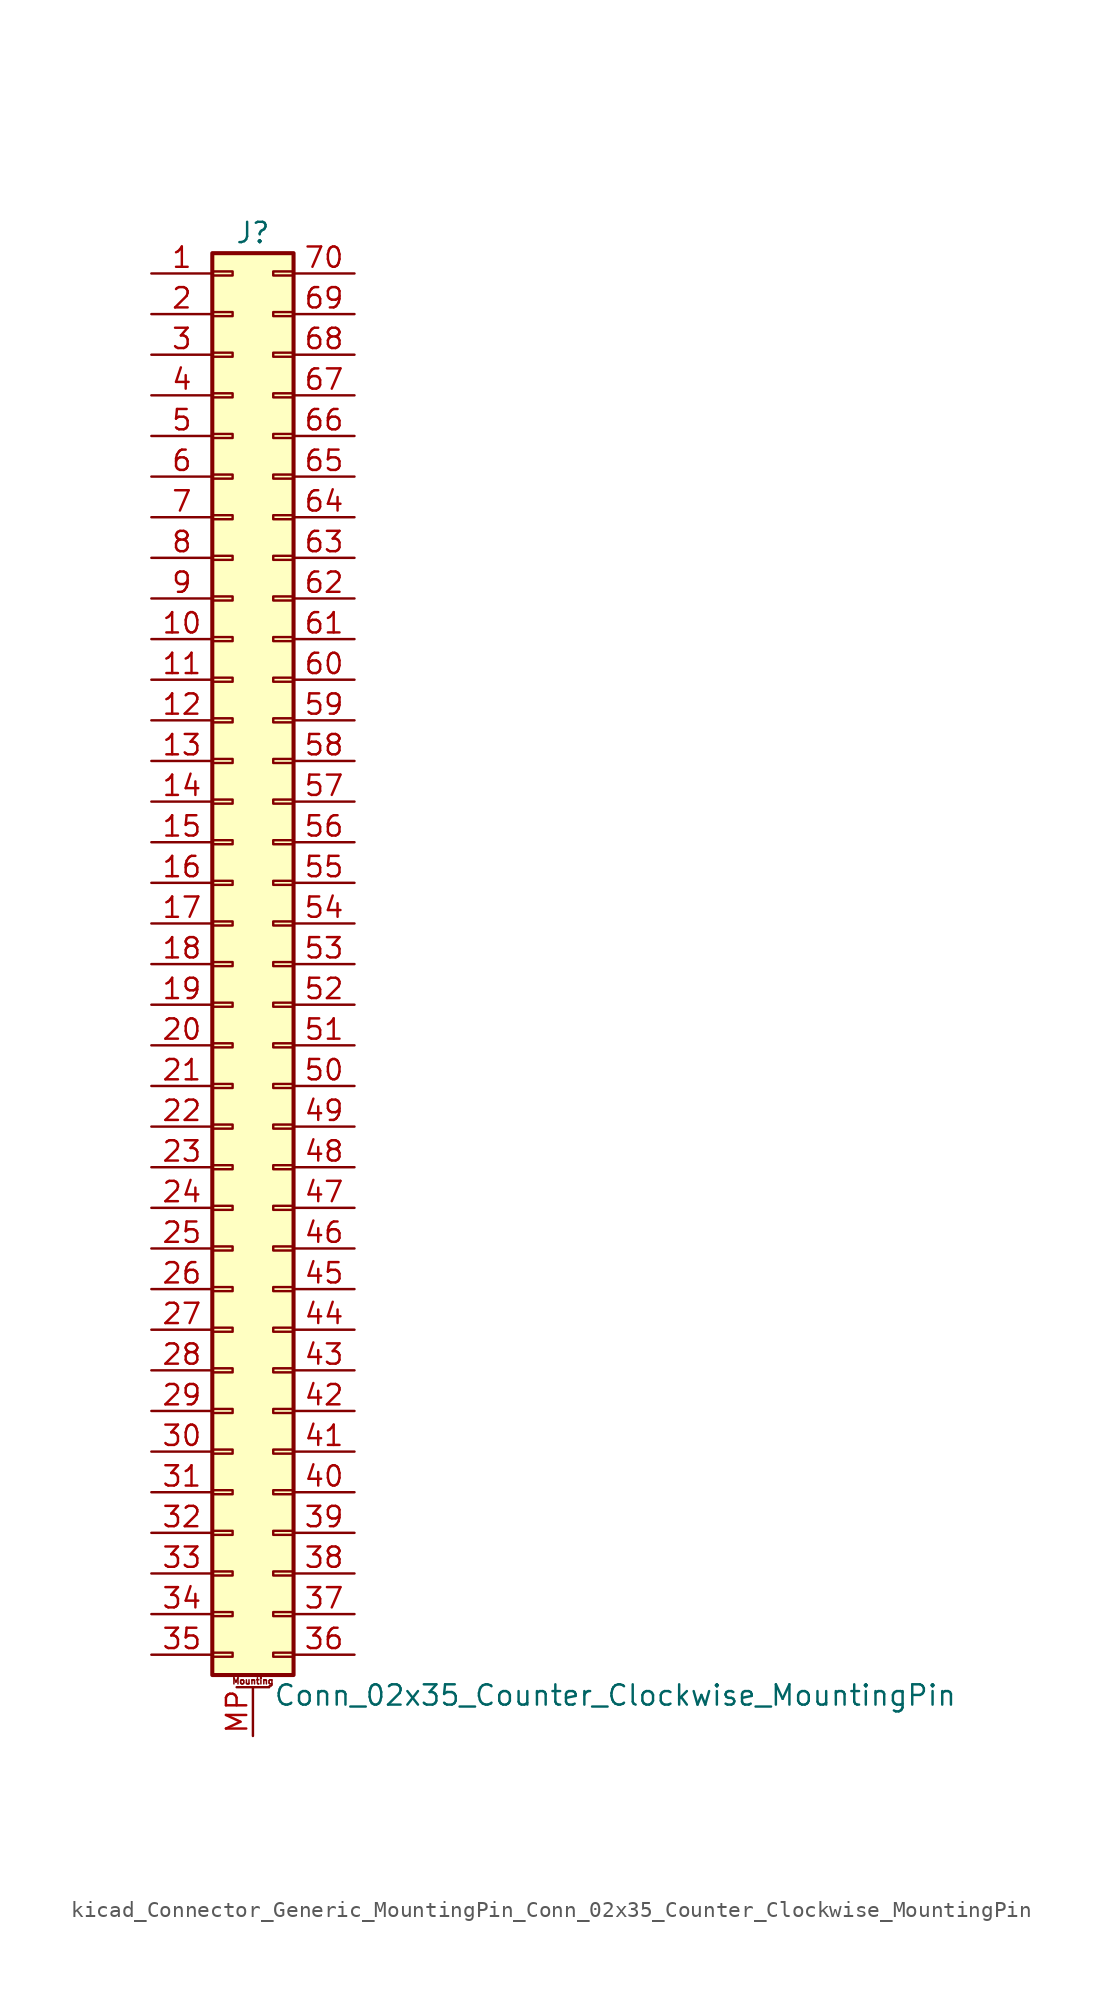
<source format=kicad_sym>
(kicad_symbol_lib
  (version 20220914)
  (generator kicad_symbol_editor)
  (symbol "kicad_Connector_Generic_MountingPin_Conn_02x35_Counter_Clockwise_MountingPin"
    (pin_names
      (offset 1.016) hide)
    (property "Reference" "J"
      (at 1.27 45.72 0)
      (effects (font (size 1.27 1.27))))
    (property "Value" "Conn_02x35_Counter_Clockwise_MountingPin"
      (at 2.54 -45.72 0)
      (effects (font (size 1.27 1.27)) (justify left)))
    (symbol "kicad_Connector_Generic_MountingPin_Conn_02x35_Counter_Clockwise_MountingPin_1_1"
      (rectangle (start -1.27 -43.053) (end 0 -43.307) (stroke (width 0.152) (type default)) (fill (type none)))
      (rectangle (start -1.27 -40.513) (end 0 -40.767) (stroke (width 0.152) (type default)) (fill (type none)))
      (rectangle (start -1.27 -37.973) (end 0 -38.227) (stroke (width 0.152) (type default)) (fill (type none)))
      (rectangle (start -1.27 -35.433) (end 0 -35.687) (stroke (width 0.152) (type default)) (fill (type none)))
      (rectangle (start -1.27 -32.893) (end 0 -33.147) (stroke (width 0.152) (type default)) (fill (type none)))
      (rectangle (start -1.27 -30.353) (end 0 -30.607) (stroke (width 0.152) (type default)) (fill (type none)))
      (rectangle (start -1.27 -27.813) (end 0 -28.067) (stroke (width 0.152) (type default)) (fill (type none)))
      (rectangle (start -1.27 -25.273) (end 0 -25.527) (stroke (width 0.152) (type default)) (fill (type none)))
      (rectangle (start -1.27 -22.733) (end 0 -22.987) (stroke (width 0.152) (type default)) (fill (type none)))
      (rectangle (start -1.27 -20.193) (end 0 -20.447) (stroke (width 0.152) (type default)) (fill (type none)))
      (rectangle (start -1.27 -17.653) (end 0 -17.907) (stroke (width 0.152) (type default)) (fill (type none)))
      (rectangle (start -1.27 -15.113) (end 0 -15.367) (stroke (width 0.152) (type default)) (fill (type none)))
      (rectangle (start -1.27 -12.573) (end 0 -12.827) (stroke (width 0.152) (type default)) (fill (type none)))
      (rectangle (start -1.27 -10.033) (end 0 -10.287) (stroke (width 0.152) (type default)) (fill (type none)))
      (rectangle (start -1.27 -7.493) (end 0 -7.747) (stroke (width 0.152) (type default)) (fill (type none)))
      (rectangle (start -1.27 -4.953) (end 0 -5.207) (stroke (width 0.152) (type default)) (fill (type none)))
      (rectangle (start -1.27 -2.413) (end 0 -2.667) (stroke (width 0.152) (type default)) (fill (type none)))
      (rectangle (start -1.27 0.127) (end 0 -0.127) (stroke (width 0.152) (type default)) (fill (type none)))
      (rectangle (start -1.27 2.667) (end 0 2.413) (stroke (width 0.152) (type default)) (fill (type none)))
      (rectangle (start -1.27 5.207) (end 0 4.953) (stroke (width 0.152) (type default)) (fill (type none)))
      (rectangle (start -1.27 7.747) (end 0 7.493) (stroke (width 0.152) (type default)) (fill (type none)))
      (rectangle (start -1.27 10.287) (end 0 10.033) (stroke (width 0.152) (type default)) (fill (type none)))
      (rectangle (start -1.27 12.827) (end 0 12.573) (stroke (width 0.152) (type default)) (fill (type none)))
      (rectangle (start -1.27 15.367) (end 0 15.113) (stroke (width 0.152) (type default)) (fill (type none)))
      (rectangle (start -1.27 17.907) (end 0 17.653) (stroke (width 0.152) (type default)) (fill (type none)))
      (rectangle (start -1.27 20.447) (end 0 20.193) (stroke (width 0.152) (type default)) (fill (type none)))
      (rectangle (start -1.27 22.987) (end 0 22.733) (stroke (width 0.152) (type default)) (fill (type none)))
      (rectangle (start -1.27 25.527) (end 0 25.273) (stroke (width 0.152) (type default)) (fill (type none)))
      (rectangle (start -1.27 28.067) (end 0 27.813) (stroke (width 0.152) (type default)) (fill (type none)))
      (rectangle (start -1.27 30.607) (end 0 30.353) (stroke (width 0.152) (type default)) (fill (type none)))
      (rectangle (start -1.27 33.147) (end 0 32.893) (stroke (width 0.152) (type default)) (fill (type none)))
      (rectangle (start -1.27 35.687) (end 0 35.433) (stroke (width 0.152) (type default)) (fill (type none)))
      (rectangle (start -1.27 38.227) (end 0 37.973) (stroke (width 0.152) (type default)) (fill (type none)))
      (rectangle (start -1.27 40.767) (end 0 40.513) (stroke (width 0.152) (type default)) (fill (type none)))
      (rectangle (start -1.27 43.307) (end 0 43.053) (stroke (width 0.152) (type default)) (fill (type none)))
      (rectangle (start -1.27 44.45) (end 3.81 -44.45) (stroke (width 0.254) (type default)) (fill (type background)))
      (polyline (pts (xy 0.254 -45.212) (xy 2.286 -45.212)) (stroke (width 0.152) (type default)) (fill (type none)))
      (rectangle (start 3.81 -43.053) (end 2.54 -43.307) (stroke (width 0.152) (type default)) (fill (type none)))
      (rectangle (start 3.81 -40.513) (end 2.54 -40.767) (stroke (width 0.152) (type default)) (fill (type none)))
      (rectangle (start 3.81 -37.973) (end 2.54 -38.227) (stroke (width 0.152) (type default)) (fill (type none)))
      (rectangle (start 3.81 -35.433) (end 2.54 -35.687) (stroke (width 0.152) (type default)) (fill (type none)))
      (rectangle (start 3.81 -32.893) (end 2.54 -33.147) (stroke (width 0.152) (type default)) (fill (type none)))
      (rectangle (start 3.81 -30.353) (end 2.54 -30.607) (stroke (width 0.152) (type default)) (fill (type none)))
      (rectangle (start 3.81 -27.813) (end 2.54 -28.067) (stroke (width 0.152) (type default)) (fill (type none)))
      (rectangle (start 3.81 -25.273) (end 2.54 -25.527) (stroke (width 0.152) (type default)) (fill (type none)))
      (rectangle (start 3.81 -22.733) (end 2.54 -22.987) (stroke (width 0.152) (type default)) (fill (type none)))
      (rectangle (start 3.81 -20.193) (end 2.54 -20.447) (stroke (width 0.152) (type default)) (fill (type none)))
      (rectangle (start 3.81 -17.653) (end 2.54 -17.907) (stroke (width 0.152) (type default)) (fill (type none)))
      (rectangle (start 3.81 -15.113) (end 2.54 -15.367) (stroke (width 0.152) (type default)) (fill (type none)))
      (rectangle (start 3.81 -12.573) (end 2.54 -12.827) (stroke (width 0.152) (type default)) (fill (type none)))
      (rectangle (start 3.81 -10.033) (end 2.54 -10.287) (stroke (width 0.152) (type default)) (fill (type none)))
      (rectangle (start 3.81 -7.493) (end 2.54 -7.747) (stroke (width 0.152) (type default)) (fill (type none)))
      (rectangle (start 3.81 -4.953) (end 2.54 -5.207) (stroke (width 0.152) (type default)) (fill (type none)))
      (rectangle (start 3.81 -2.413) (end 2.54 -2.667) (stroke (width 0.152) (type default)) (fill (type none)))
      (rectangle (start 3.81 0.127) (end 2.54 -0.127) (stroke (width 0.152) (type default)) (fill (type none)))
      (rectangle (start 3.81 2.667) (end 2.54 2.413) (stroke (width 0.152) (type default)) (fill (type none)))
      (rectangle (start 3.81 5.207) (end 2.54 4.953) (stroke (width 0.152) (type default)) (fill (type none)))
      (rectangle (start 3.81 7.747) (end 2.54 7.493) (stroke (width 0.152) (type default)) (fill (type none)))
      (rectangle (start 3.81 10.287) (end 2.54 10.033) (stroke (width 0.152) (type default)) (fill (type none)))
      (rectangle (start 3.81 12.827) (end 2.54 12.573) (stroke (width 0.152) (type default)) (fill (type none)))
      (rectangle (start 3.81 15.367) (end 2.54 15.113) (stroke (width 0.152) (type default)) (fill (type none)))
      (rectangle (start 3.81 17.907) (end 2.54 17.653) (stroke (width 0.152) (type default)) (fill (type none)))
      (rectangle (start 3.81 20.447) (end 2.54 20.193) (stroke (width 0.152) (type default)) (fill (type none)))
      (rectangle (start 3.81 22.987) (end 2.54 22.733) (stroke (width 0.152) (type default)) (fill (type none)))
      (rectangle (start 3.81 25.527) (end 2.54 25.273) (stroke (width 0.152) (type default)) (fill (type none)))
      (rectangle (start 3.81 28.067) (end 2.54 27.813) (stroke (width 0.152) (type default)) (fill (type none)))
      (rectangle (start 3.81 30.607) (end 2.54 30.353) (stroke (width 0.152) (type default)) (fill (type none)))
      (rectangle (start 3.81 33.147) (end 2.54 32.893) (stroke (width 0.152) (type default)) (fill (type none)))
      (rectangle (start 3.81 35.687) (end 2.54 35.433) (stroke (width 0.152) (type default)) (fill (type none)))
      (rectangle (start 3.81 38.227) (end 2.54 37.973) (stroke (width 0.152) (type default)) (fill (type none)))
      (rectangle (start 3.81 40.767) (end 2.54 40.513) (stroke (width 0.152) (type default)) (fill (type none)))
      (rectangle (start 3.81 43.307) (end 2.54 43.053) (stroke (width 0.152) (type default)) (fill (type none)))
      (text "Mounting" (at 1.27 -44.831 0) (effects (font (size 0.381 0.381))))
      (pin passive line (at -5.08 43.18 0) (length 3.81) (name "Pin_1" (effects (font (size 1.27 1.27)))) (number "1" (effects (font (size 1.27 1.27)))))
      (pin passive line (at -5.08 20.32 0) (length 3.81) (name "Pin_10" (effects (font (size 1.27 1.27)))) (number "10" (effects (font (size 1.27 1.27)))))
      (pin passive line (at -5.08 17.78 0) (length 3.81) (name "Pin_11" (effects (font (size 1.27 1.27)))) (number "11" (effects (font (size 1.27 1.27)))))
      (pin passive line (at -5.08 15.24 0) (length 3.81) (name "Pin_12" (effects (font (size 1.27 1.27)))) (number "12" (effects (font (size 1.27 1.27)))))
      (pin passive line (at -5.08 12.7 0) (length 3.81) (name "Pin_13" (effects (font (size 1.27 1.27)))) (number "13" (effects (font (size 1.27 1.27)))))
      (pin passive line (at -5.08 10.16 0) (length 3.81) (name "Pin_14" (effects (font (size 1.27 1.27)))) (number "14" (effects (font (size 1.27 1.27)))))
      (pin passive line (at -5.08 7.62 0) (length 3.81) (name "Pin_15" (effects (font (size 1.27 1.27)))) (number "15" (effects (font (size 1.27 1.27)))))
      (pin passive line (at -5.08 5.08 0) (length 3.81) (name "Pin_16" (effects (font (size 1.27 1.27)))) (number "16" (effects (font (size 1.27 1.27)))))
      (pin passive line (at -5.08 2.54 0) (length 3.81) (name "Pin_17" (effects (font (size 1.27 1.27)))) (number "17" (effects (font (size 1.27 1.27)))))
      (pin passive line (at -5.08 0 0) (length 3.81) (name "Pin_18" (effects (font (size 1.27 1.27)))) (number "18" (effects (font (size 1.27 1.27)))))
      (pin passive line (at -5.08 -2.54 0) (length 3.81) (name "Pin_19" (effects (font (size 1.27 1.27)))) (number "19" (effects (font (size 1.27 1.27)))))
      (pin passive line (at -5.08 40.64 0) (length 3.81) (name "Pin_2" (effects (font (size 1.27 1.27)))) (number "2" (effects (font (size 1.27 1.27)))))
      (pin passive line (at -5.08 -5.08 0) (length 3.81) (name "Pin_20" (effects (font (size 1.27 1.27)))) (number "20" (effects (font (size 1.27 1.27)))))
      (pin passive line (at -5.08 -7.62 0) (length 3.81) (name "Pin_21" (effects (font (size 1.27 1.27)))) (number "21" (effects (font (size 1.27 1.27)))))
      (pin passive line (at -5.08 -10.16 0) (length 3.81) (name "Pin_22" (effects (font (size 1.27 1.27)))) (number "22" (effects (font (size 1.27 1.27)))))
      (pin passive line (at -5.08 -12.7 0) (length 3.81) (name "Pin_23" (effects (font (size 1.27 1.27)))) (number "23" (effects (font (size 1.27 1.27)))))
      (pin passive line (at -5.08 -15.24 0) (length 3.81) (name "Pin_24" (effects (font (size 1.27 1.27)))) (number "24" (effects (font (size 1.27 1.27)))))
      (pin passive line (at -5.08 -17.78 0) (length 3.81) (name "Pin_25" (effects (font (size 1.27 1.27)))) (number "25" (effects (font (size 1.27 1.27)))))
      (pin passive line (at -5.08 -20.32 0) (length 3.81) (name "Pin_26" (effects (font (size 1.27 1.27)))) (number "26" (effects (font (size 1.27 1.27)))))
      (pin passive line (at -5.08 -22.86 0) (length 3.81) (name "Pin_27" (effects (font (size 1.27 1.27)))) (number "27" (effects (font (size 1.27 1.27)))))
      (pin passive line (at -5.08 -25.4 0) (length 3.81) (name "Pin_28" (effects (font (size 1.27 1.27)))) (number "28" (effects (font (size 1.27 1.27)))))
      (pin passive line (at -5.08 -27.94 0) (length 3.81) (name "Pin_29" (effects (font (size 1.27 1.27)))) (number "29" (effects (font (size 1.27 1.27)))))
      (pin passive line (at -5.08 38.1 0) (length 3.81) (name "Pin_3" (effects (font (size 1.27 1.27)))) (number "3" (effects (font (size 1.27 1.27)))))
      (pin passive line (at -5.08 -30.48 0) (length 3.81) (name "Pin_30" (effects (font (size 1.27 1.27)))) (number "30" (effects (font (size 1.27 1.27)))))
      (pin passive line (at -5.08 -33.02 0) (length 3.81) (name "Pin_31" (effects (font (size 1.27 1.27)))) (number "31" (effects (font (size 1.27 1.27)))))
      (pin passive line (at -5.08 -35.56 0) (length 3.81) (name "Pin_32" (effects (font (size 1.27 1.27)))) (number "32" (effects (font (size 1.27 1.27)))))
      (pin passive line (at -5.08 -38.1 0) (length 3.81) (name "Pin_33" (effects (font (size 1.27 1.27)))) (number "33" (effects (font (size 1.27 1.27)))))
      (pin passive line (at -5.08 -40.64 0) (length 3.81) (name "Pin_34" (effects (font (size 1.27 1.27)))) (number "34" (effects (font (size 1.27 1.27)))))
      (pin passive line (at -5.08 -43.18 0) (length 3.81) (name "Pin_35" (effects (font (size 1.27 1.27)))) (number "35" (effects (font (size 1.27 1.27)))))
      (pin passive line (at 7.62 -43.18 180) (length 3.81) (name "Pin_36" (effects (font (size 1.27 1.27)))) (number "36" (effects (font (size 1.27 1.27)))))
      (pin passive line (at 7.62 -40.64 180) (length 3.81) (name "Pin_37" (effects (font (size 1.27 1.27)))) (number "37" (effects (font (size 1.27 1.27)))))
      (pin passive line (at 7.62 -38.1 180) (length 3.81) (name "Pin_38" (effects (font (size 1.27 1.27)))) (number "38" (effects (font (size 1.27 1.27)))))
      (pin passive line (at 7.62 -35.56 180) (length 3.81) (name "Pin_39" (effects (font (size 1.27 1.27)))) (number "39" (effects (font (size 1.27 1.27)))))
      (pin passive line (at -5.08 35.56 0) (length 3.81) (name "Pin_4" (effects (font (size 1.27 1.27)))) (number "4" (effects (font (size 1.27 1.27)))))
      (pin passive line (at 7.62 -33.02 180) (length 3.81) (name "Pin_40" (effects (font (size 1.27 1.27)))) (number "40" (effects (font (size 1.27 1.27)))))
      (pin passive line (at 7.62 -30.48 180) (length 3.81) (name "Pin_41" (effects (font (size 1.27 1.27)))) (number "41" (effects (font (size 1.27 1.27)))))
      (pin passive line (at 7.62 -27.94 180) (length 3.81) (name "Pin_42" (effects (font (size 1.27 1.27)))) (number "42" (effects (font (size 1.27 1.27)))))
      (pin passive line (at 7.62 -25.4 180) (length 3.81) (name "Pin_43" (effects (font (size 1.27 1.27)))) (number "43" (effects (font (size 1.27 1.27)))))
      (pin passive line (at 7.62 -22.86 180) (length 3.81) (name "Pin_44" (effects (font (size 1.27 1.27)))) (number "44" (effects (font (size 1.27 1.27)))))
      (pin passive line (at 7.62 -20.32 180) (length 3.81) (name "Pin_45" (effects (font (size 1.27 1.27)))) (number "45" (effects (font (size 1.27 1.27)))))
      (pin passive line (at 7.62 -17.78 180) (length 3.81) (name "Pin_46" (effects (font (size 1.27 1.27)))) (number "46" (effects (font (size 1.27 1.27)))))
      (pin passive line (at 7.62 -15.24 180) (length 3.81) (name "Pin_47" (effects (font (size 1.27 1.27)))) (number "47" (effects (font (size 1.27 1.27)))))
      (pin passive line (at 7.62 -12.7 180) (length 3.81) (name "Pin_48" (effects (font (size 1.27 1.27)))) (number "48" (effects (font (size 1.27 1.27)))))
      (pin passive line (at 7.62 -10.16 180) (length 3.81) (name "Pin_49" (effects (font (size 1.27 1.27)))) (number "49" (effects (font (size 1.27 1.27)))))
      (pin passive line (at -5.08 33.02 0) (length 3.81) (name "Pin_5" (effects (font (size 1.27 1.27)))) (number "5" (effects (font (size 1.27 1.27)))))
      (pin passive line (at 7.62 -7.62 180) (length 3.81) (name "Pin_50" (effects (font (size 1.27 1.27)))) (number "50" (effects (font (size 1.27 1.27)))))
      (pin passive line (at 7.62 -5.08 180) (length 3.81) (name "Pin_51" (effects (font (size 1.27 1.27)))) (number "51" (effects (font (size 1.27 1.27)))))
      (pin passive line (at 7.62 -2.54 180) (length 3.81) (name "Pin_52" (effects (font (size 1.27 1.27)))) (number "52" (effects (font (size 1.27 1.27)))))
      (pin passive line (at 7.62 0 180) (length 3.81) (name "Pin_53" (effects (font (size 1.27 1.27)))) (number "53" (effects (font (size 1.27 1.27)))))
      (pin passive line (at 7.62 2.54 180) (length 3.81) (name "Pin_54" (effects (font (size 1.27 1.27)))) (number "54" (effects (font (size 1.27 1.27)))))
      (pin passive line (at 7.62 5.08 180) (length 3.81) (name "Pin_55" (effects (font (size 1.27 1.27)))) (number "55" (effects (font (size 1.27 1.27)))))
      (pin passive line (at 7.62 7.62 180) (length 3.81) (name "Pin_56" (effects (font (size 1.27 1.27)))) (number "56" (effects (font (size 1.27 1.27)))))
      (pin passive line (at 7.62 10.16 180) (length 3.81) (name "Pin_57" (effects (font (size 1.27 1.27)))) (number "57" (effects (font (size 1.27 1.27)))))
      (pin passive line (at 7.62 12.7 180) (length 3.81) (name "Pin_58" (effects (font (size 1.27 1.27)))) (number "58" (effects (font (size 1.27 1.27)))))
      (pin passive line (at 7.62 15.24 180) (length 3.81) (name "Pin_59" (effects (font (size 1.27 1.27)))) (number "59" (effects (font (size 1.27 1.27)))))
      (pin passive line (at -5.08 30.48 0) (length 3.81) (name "Pin_6" (effects (font (size 1.27 1.27)))) (number "6" (effects (font (size 1.27 1.27)))))
      (pin passive line (at 7.62 17.78 180) (length 3.81) (name "Pin_60" (effects (font (size 1.27 1.27)))) (number "60" (effects (font (size 1.27 1.27)))))
      (pin passive line (at 7.62 20.32 180) (length 3.81) (name "Pin_61" (effects (font (size 1.27 1.27)))) (number "61" (effects (font (size 1.27 1.27)))))
      (pin passive line (at 7.62 22.86 180) (length 3.81) (name "Pin_62" (effects (font (size 1.27 1.27)))) (number "62" (effects (font (size 1.27 1.27)))))
      (pin passive line (at 7.62 25.4 180) (length 3.81) (name "Pin_63" (effects (font (size 1.27 1.27)))) (number "63" (effects (font (size 1.27 1.27)))))
      (pin passive line (at 7.62 27.94 180) (length 3.81) (name "Pin_64" (effects (font (size 1.27 1.27)))) (number "64" (effects (font (size 1.27 1.27)))))
      (pin passive line (at 7.62 30.48 180) (length 3.81) (name "Pin_65" (effects (font (size 1.27 1.27)))) (number "65" (effects (font (size 1.27 1.27)))))
      (pin passive line (at 7.62 33.02 180) (length 3.81) (name "Pin_66" (effects (font (size 1.27 1.27)))) (number "66" (effects (font (size 1.27 1.27)))))
      (pin passive line (at 7.62 35.56 180) (length 3.81) (name "Pin_67" (effects (font (size 1.27 1.27)))) (number "67" (effects (font (size 1.27 1.27)))))
      (pin passive line (at 7.62 38.1 180) (length 3.81) (name "Pin_68" (effects (font (size 1.27 1.27)))) (number "68" (effects (font (size 1.27 1.27)))))
      (pin passive line (at 7.62 40.64 180) (length 3.81) (name "Pin_69" (effects (font (size 1.27 1.27)))) (number "69" (effects (font (size 1.27 1.27)))))
      (pin passive line (at -5.08 27.94 0) (length 3.81) (name "Pin_7" (effects (font (size 1.27 1.27)))) (number "7" (effects (font (size 1.27 1.27)))))
      (pin passive line (at 7.62 43.18 180) (length 3.81) (name "Pin_70" (effects (font (size 1.27 1.27)))) (number "70" (effects (font (size 1.27 1.27)))))
      (pin passive line (at -5.08 25.4 0) (length 3.81) (name "Pin_8" (effects (font (size 1.27 1.27)))) (number "8" (effects (font (size 1.27 1.27)))))
      (pin passive line (at -5.08 22.86 0) (length 3.81) (name "Pin_9" (effects (font (size 1.27 1.27)))) (number "9" (effects (font (size 1.27 1.27)))))
      (pin passive line (at 1.27 -48.26 90) (length 3.048) (name "MountPin" (effects (font (size 1.27 1.27)))) (number "MP" (effects (font (size 1.27 1.27))))))))
</source>
